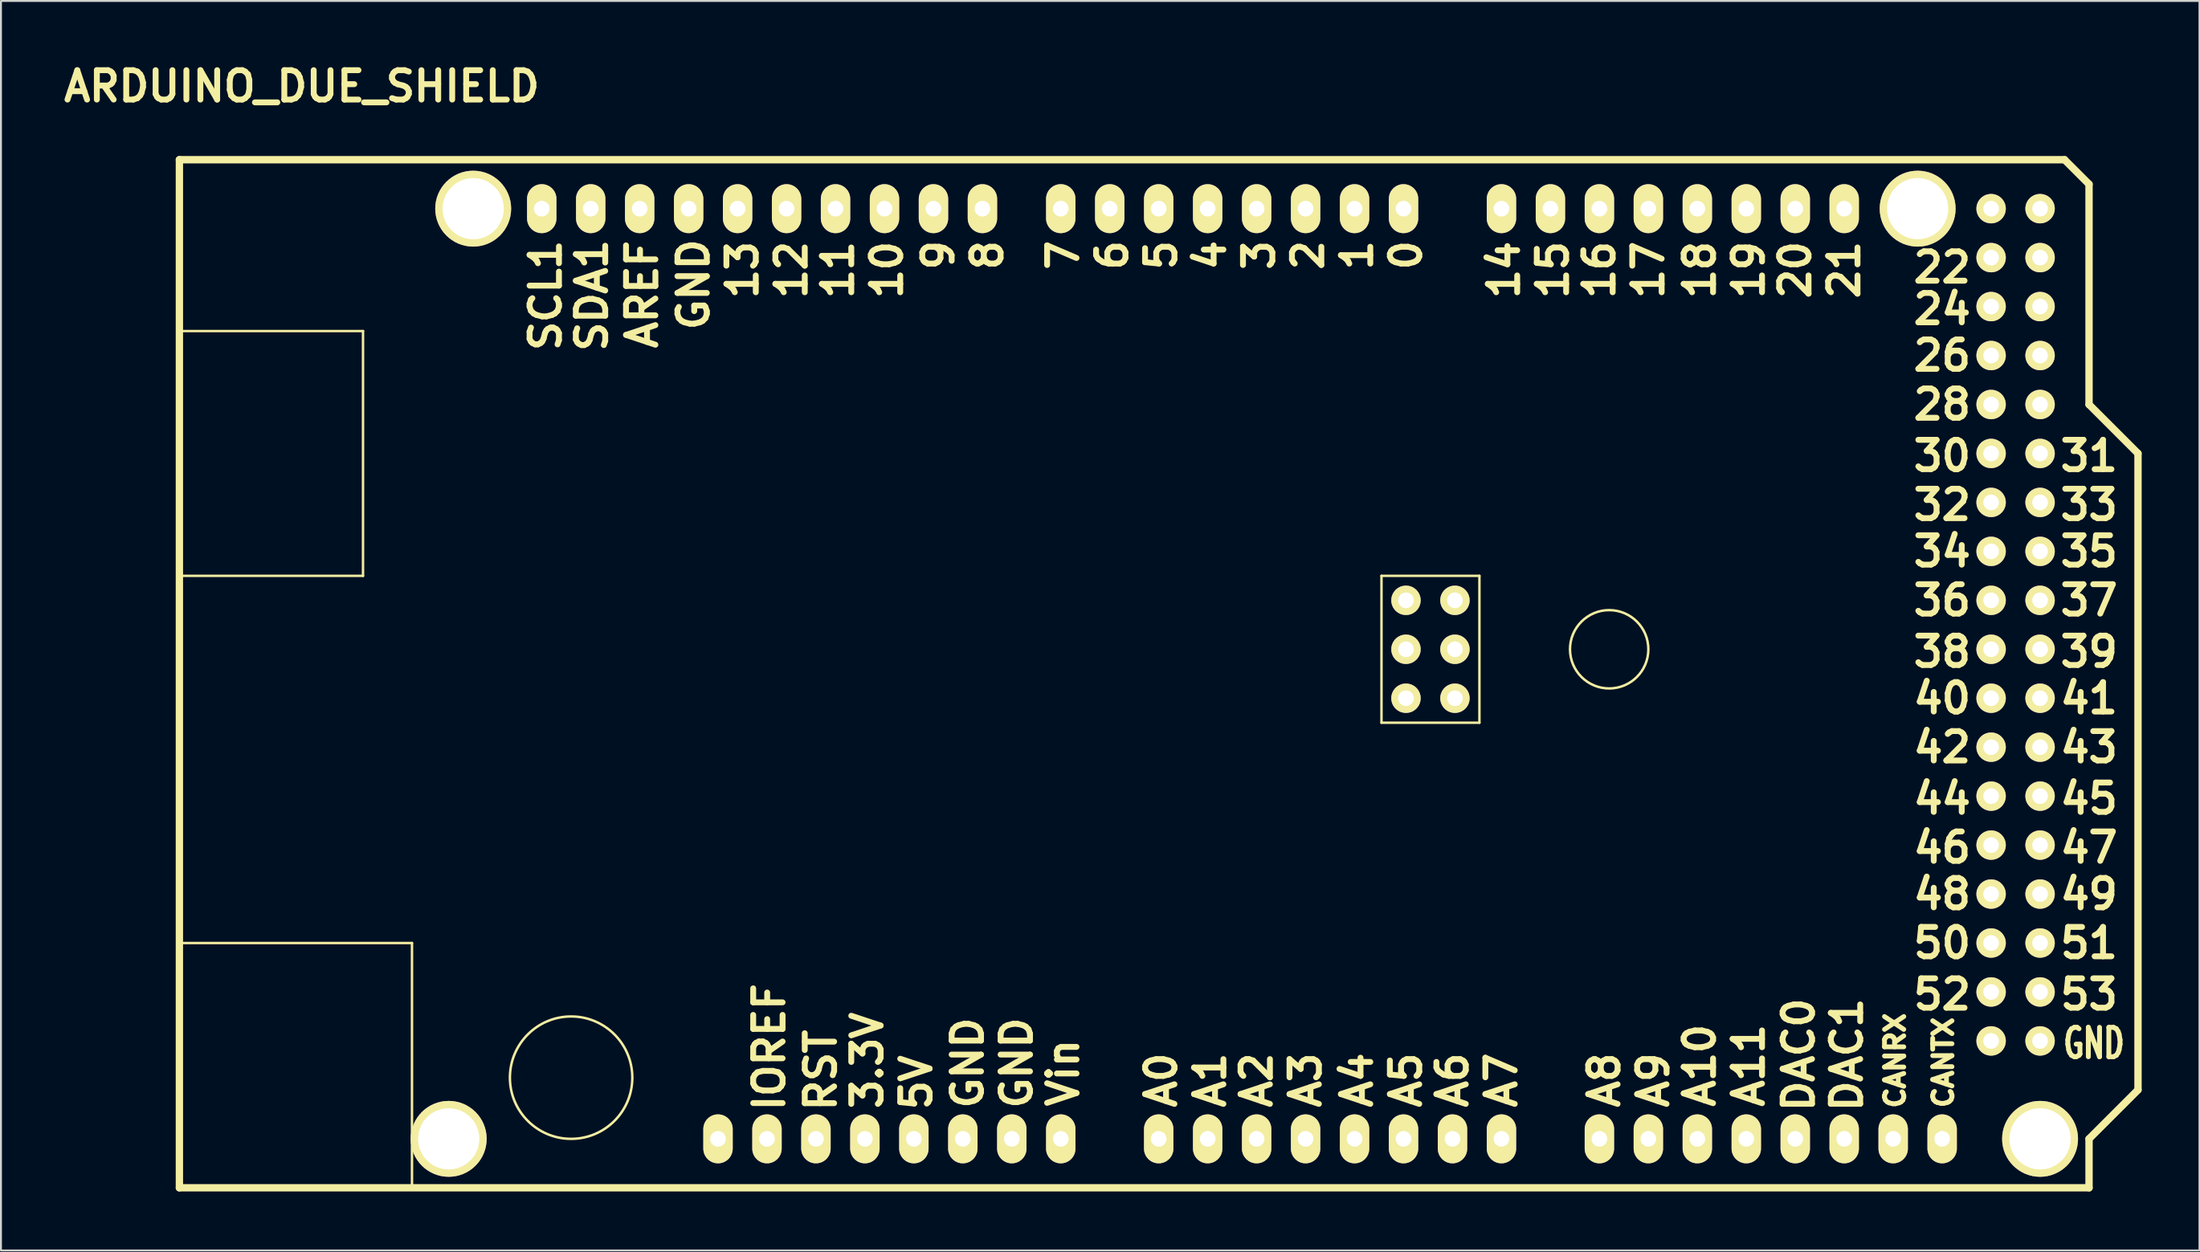
<source format=kicad_pcb>
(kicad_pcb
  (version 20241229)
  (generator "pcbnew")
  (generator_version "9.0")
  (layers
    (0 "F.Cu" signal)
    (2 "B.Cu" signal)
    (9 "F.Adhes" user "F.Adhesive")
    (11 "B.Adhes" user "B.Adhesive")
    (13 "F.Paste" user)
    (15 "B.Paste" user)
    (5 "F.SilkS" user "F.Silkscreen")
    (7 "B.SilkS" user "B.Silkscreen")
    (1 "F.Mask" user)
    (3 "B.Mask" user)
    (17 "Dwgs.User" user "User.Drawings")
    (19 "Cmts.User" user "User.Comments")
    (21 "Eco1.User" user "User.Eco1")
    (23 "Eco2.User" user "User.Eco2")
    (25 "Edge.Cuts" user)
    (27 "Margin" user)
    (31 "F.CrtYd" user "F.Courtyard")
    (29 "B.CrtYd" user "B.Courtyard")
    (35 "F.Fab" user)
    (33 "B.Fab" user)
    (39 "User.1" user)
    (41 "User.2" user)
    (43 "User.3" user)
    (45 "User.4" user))
  (footprint "ARDUINO_DUE_SHIELD"
    (layer "F.Cu")
    (at 6.256 58.576)
    (property "Reference" "ARDUINO_DUE_SHIELD" (at 6.35 -57.15 0) (layer "F.SilkS") (effects (font (size 1.524 1.524) (thickness 0.305))))
    (attr through_hole)
    (fp_line (start 0 -44.45) (end 9.525 -44.45) (stroke (width 0.127) (type solid)) (layer "F.SilkS"))
    (fp_line (start 0 -12.7) (end 12.065 -12.7) (stroke (width 0.127) (type solid)) (layer "F.SilkS"))
    (fp_line (start 0 0) (end 0 -53.34) (stroke (width 0.381) (type solid)) (layer "F.SilkS"))
    (fp_line (start 9.525 -44.45) (end 9.525 -31.75) (stroke (width 0.127) (type solid)) (layer "F.SilkS"))
    (fp_line (start 9.525 -31.75) (end 0 -31.75) (stroke (width 0.127) (type solid)) (layer "F.SilkS"))
    (fp_line (start 12.065 -12.7) (end 12.065 0) (stroke (width 0.127) (type solid)) (layer "F.SilkS"))
    (fp_line (start 62.357 -31.75) (end 62.357 -24.13) (stroke (width 0.127) (type solid)) (layer "F.SilkS"))
    (fp_line (start 62.357 -24.13) (end 67.437 -24.13) (stroke (width 0.127) (type solid)) (layer "F.SilkS"))
    (fp_line (start 67.437 -31.75) (end 62.357 -31.75) (stroke (width 0.127) (type solid)) (layer "F.SilkS"))
    (fp_line (start 67.437 -24.13) (end 67.437 -31.75) (stroke (width 0.127) (type solid)) (layer "F.SilkS"))
    (fp_line (start 97.79 -53.34) (end 0 -53.34) (stroke (width 0.381) (type solid)) (layer "F.SilkS"))
    (fp_line (start 99.06 -52.07) (end 97.79 -53.34) (stroke (width 0.381) (type solid)) (layer "F.SilkS"))
    (fp_line (start 99.06 -40.64) (end 99.06 -52.07) (stroke (width 0.381) (type solid)) (layer "F.SilkS"))
    (fp_line (start 99.06 -40.64) (end 101.6 -38.1) (stroke (width 0.381) (type solid)) (layer "F.SilkS"))
    (fp_line (start 99.06 -2.54) (end 99.06 0) (stroke (width 0.381) (type solid)) (layer "F.SilkS"))
    (fp_line (start 99.06 0) (end 0 0) (stroke (width 0.381) (type solid)) (layer "F.SilkS"))
    (fp_line (start 101.6 -38.1) (end 101.6 -5.08) (stroke (width 0.381) (type solid)) (layer "F.SilkS"))
    (fp_line (start 101.6 -5.08) (end 99.06 -2.54) (stroke (width 0.381) (type solid)) (layer "F.SilkS"))
    (fp_circle (center 20.32 -5.715) (end 23.495 -5.715) (stroke (width 0.127) (type solid)) (fill no) (layer "F.SilkS"))
    (fp_circle (center 74.168 -27.94) (end 76.2 -27.94) (stroke (width 0.127) (type solid)) (fill no) (layer "F.SilkS"))
    (fp_text user "12" (at 31.75 -47.625 90) (layer "F.SilkS") (effects (font (size 1.524 1.524) (thickness 0.305))))
    (fp_text user "DAC0" (at 84 -6.9 90) (layer "F.SilkS") (effects (font (size 1.524 1.524) (thickness 0.305))))
    (fp_text user "43" (at 99.06 -22.86 0) (layer "F.SilkS") (effects (font (size 1.524 1.524) (thickness 0.305))))
    (fp_text user "31" (at 99.06 -37.973 0) (layer "F.SilkS") (effects (font (size 1.524 1.524) (thickness 0.305))))
    (fp_text user "26" (at 91.44 -43.18 0) (layer "F.SilkS") (effects (font (size 1.524 1.524) (thickness 0.305))))
    (fp_text user "21" (at 86.36 -47.625 90) (layer "F.SilkS") (effects (font (size 1.524 1.524) (thickness 0.305))))
    (fp_text user "9" (at 39.37 -48.387 90) (layer "F.SilkS") (effects (font (size 1.524 1.524) (thickness 0.305))))
    (fp_text user "RST" (at 33.274 -6.096 90) (layer "F.SilkS") (effects (font (size 1.524 1.524) (thickness 0.305))))
    (fp_text user "41" (at 99.06 -25.4 0) (layer "F.SilkS") (effects (font (size 1.524 1.524) (thickness 0.305))))
    (fp_text user "49" (at 99.06 -15.24 0) (layer "F.SilkS") (effects (font (size 1.524 1.524) (thickness 0.305))))
    (fp_text user "24" (at 91.44 -45.593 0) (layer "F.SilkS") (effects (font (size 1.524 1.524) (thickness 0.305))))
    (fp_text user "IOREF" (at 30.6 -7.3 90) (layer "F.SilkS") (effects (font (size 1.524 1.524) (thickness 0.305))))
    (fp_text user "30" (at 91.44 -37.973 0) (layer "F.SilkS") (effects (font (size 1.524 1.524) (thickness 0.305))))
    (fp_text user "A10" (at 78.867 -6.35 90) (layer "F.SilkS") (effects (font (size 1.524 1.524) (thickness 0.305))))
    (fp_text user "Vin" (at 45.847 -5.969 90) (layer "F.SilkS") (effects (font (size 1.524 1.524) (thickness 0.305))))
    (fp_text user "1" (at 61.087 -48.387 90) (layer "F.SilkS") (effects (font (size 1.524 1.524) (thickness 0.305))))
    (fp_text user "10" (at 36.703 -47.625 90) (layer "F.SilkS") (effects (font (size 1.524 1.524) (thickness 0.305))))
    (fp_text user "50" (at 91.44 -12.7 0) (layer "F.SilkS") (effects (font (size 1.524 1.524) (thickness 0.305))))
    (fp_text user "6" (at 48.387 -48.387 90) (layer "F.SilkS") (effects (font (size 1.524 1.524) (thickness 0.305))))
    (fp_text user "48" (at 91.44 -15.24 0) (layer "F.SilkS") (effects (font (size 1.524 1.524) (thickness 0.305))))
    (fp_text user "11" (at 34.163 -47.625 90) (layer "F.SilkS") (effects (font (size 1.524 1.524) (thickness 0.305))))
    (fp_text user "46" (at 91.44 -17.653 0) (layer "F.SilkS") (effects (font (size 1.524 1.524) (thickness 0.305))))
    (fp_text user "GND" (at 99.314 -7.493 0) (layer "F.SilkS") (effects (font (size 1.524 1.016) (thickness 0.254))))
    (fp_text user "53" (at 99.06 -10.033 0) (layer "F.SilkS") (effects (font (size 1.524 1.524) (thickness 0.305))))
    (fp_text user "13" (at 29.21 -47.625 90) (layer "F.SilkS") (effects (font (size 1.524 1.524) (thickness 0.305))))
    (fp_text user "17" (at 76.2 -47.625 90) (layer "F.SilkS") (effects (font (size 1.524 1.524) (thickness 0.305))))
    (fp_text user "14" (at 68.707 -47.625 90) (layer "F.SilkS") (effects (font (size 1.524 1.524) (thickness 0.305))))
    (fp_text user "37" (at 99.06 -30.48 0) (layer "F.SilkS") (effects (font (size 1.524 1.524) (thickness 0.305))))
    (fp_text user "GND" (at 40.894 -6.477 90) (layer "F.SilkS") (effects (font (size 1.524 1.524) (thickness 0.305))))
    (fp_text user "A3" (at 58.42 -5.588 90) (layer "F.SilkS") (effects (font (size 1.524 1.524) (thickness 0.305))))
    (fp_text user "DAC1" (at 86.5 -6.9 90) (layer "F.SilkS") (effects (font (size 1.524 1.524) (thickness 0.305))))
    (fp_text user "51" (at 99.06 -12.7 0) (layer "F.SilkS") (effects (font (size 1.524 1.524) (thickness 0.305))))
    (fp_text user "A0" (at 50.927 -5.588 90) (layer "F.SilkS") (effects (font (size 1.524 1.524) (thickness 0.305))))
    (fp_text user "22" (at 91.44 -47.752 0) (layer "F.SilkS") (effects (font (size 1.524 1.524) (thickness 0.305))))
    (fp_text user "42" (at 91.44 -22.86 0) (layer "F.SilkS") (effects (font (size 1.524 1.524) (thickness 0.305))))
    (fp_text user "A1" (at 53.467 -5.588 90) (layer "F.SilkS") (effects (font (size 1.524 1.524) (thickness 0.305))))
    (fp_text user "3" (at 56.007 -48.387 90) (layer "F.SilkS") (effects (font (size 1.524 1.524) (thickness 0.305))))
    (fp_text user "35" (at 99.06 -33.02 0) (layer "F.SilkS") (effects (font (size 1.524 1.524) (thickness 0.305))))
    (fp_text user "GND" (at 26.67 -46.863 90) (layer "F.SilkS") (effects (font (size 1.524 1.524) (thickness 0.305))))
    (fp_text user "A11" (at 81.407 -6.35 90) (layer "F.SilkS") (effects (font (size 1.524 1.524) (thickness 0.305))))
    (fp_text user "44" (at 91.44 -20.193 0) (layer "F.SilkS") (effects (font (size 1.524 1.524) (thickness 0.305))))
    (fp_text user "47" (at 99.06 -17.653 0) (layer "F.SilkS") (effects (font (size 1.524 1.524) (thickness 0.305))))
    (fp_text user "28" (at 91.44 -40.64 0) (layer "F.SilkS") (effects (font (size 1.524 1.524) (thickness 0.305))))
    (fp_text user "A9" (at 76.454 -5.588 90) (layer "F.SilkS") (effects (font (size 1.524 1.524) (thickness 0.305))))
    (fp_text user "AREF" (at 24.003 -46.355 90) (layer "F.SilkS") (effects (font (size 1.524 1.524) (thickness 0.305))))
    (fp_text user "19" (at 81.407 -47.625 90) (layer "F.SilkS") (effects (font (size 1.524 1.524) (thickness 0.305))))
    (fp_text user "CANRX" (at 89 -6.6 90) (layer "F.SilkS") (effects (font (size 1 1) (thickness 0.25))))
    (fp_text user "A4" (at 61.087 -5.588 90) (layer "F.SilkS") (effects (font (size 1.524 1.524) (thickness 0.305))))
    (fp_text user "3.3V" (at 35.687 -6.604 90) (layer "F.SilkS") (effects (font (size 1.524 1.524) (thickness 0.305))))
    (fp_text user "5" (at 50.927 -48.387 90) (layer "F.SilkS") (effects (font (size 1.524 1.524) (thickness 0.305))))
    (fp_text user "34" (at 91.44 -33.02 0) (layer "F.SilkS") (effects (font (size 1.524 1.524) (thickness 0.305))))
    (fp_text user "40" (at 91.44 -25.4 0) (layer "F.SilkS") (effects (font (size 1.524 1.524) (thickness 0.305))))
    (fp_text user "36" (at 91.44 -30.48 0) (layer "F.SilkS") (effects (font (size 1.524 1.524) (thickness 0.305))))
    (fp_text user "0" (at 63.627 -48.387 90) (layer "F.SilkS") (effects (font (size 1.524 1.524) (thickness 0.305))))
    (fp_text user "A5" (at 63.627 -5.588 90) (layer "F.SilkS") (effects (font (size 1.524 1.524) (thickness 0.305))))
    (fp_text user "5V" (at 38.227 -5.461 90) (layer "F.SilkS") (effects (font (size 1.524 1.524) (thickness 0.305))))
    (fp_text user "38" (at 91.44 -27.813 0) (layer "F.SilkS") (effects (font (size 1.524 1.524) (thickness 0.305))))
    (fp_text user "32" (at 91.44 -35.433 0) (layer "F.SilkS") (effects (font (size 1.524 1.524) (thickness 0.305))))
    (fp_text user "A8" (at 73.914 -5.588 90) (layer "F.SilkS") (effects (font (size 1.524 1.524) (thickness 0.305))))
    (fp_text user "SDA1" (at 21.4 -46.3 90) (layer "F.SilkS") (effects (font (size 1.524 1.524) (thickness 0.305))))
    (fp_text user "SCL1" (at 19 -46.3 90) (layer "F.SilkS") (effects (font (size 1.524 1.524) (thickness 0.305))))
    (fp_text user "33" (at 99.06 -35.433 0) (layer "F.SilkS") (effects (font (size 1.524 1.524) (thickness 0.305))))
    (fp_text user "20" (at 83.82 -47.625 90) (layer "F.SilkS") (effects (font (size 1.524 1.524) (thickness 0.305))))
    (fp_text user "CANTX" (at 91.5 -6.5 90) (layer "F.SilkS") (effects (font (size 1 1) (thickness 0.25))))
    (fp_text user "15" (at 71.247 -47.625 90) (layer "F.SilkS") (effects (font (size 1.524 1.524) (thickness 0.305))))
    (fp_text user "18" (at 78.867 -47.625 90) (layer "F.SilkS") (effects (font (size 1.524 1.524) (thickness 0.305))))
    (fp_text user "A2" (at 55.88 -5.588 90) (layer "F.SilkS") (effects (font (size 1.524 1.524) (thickness 0.305))))
    (fp_text user "39" (at 99.06 -27.813 0) (layer "F.SilkS") (effects (font (size 1.524 1.524) (thickness 0.305))))
    (fp_text user "52" (at 91.44 -10.033 0) (layer "F.SilkS") (effects (font (size 1.524 1.524) (thickness 0.305))))
    (fp_text user "45" (at 99.06 -20.193 0) (layer "F.SilkS") (effects (font (size 1.524 1.524) (thickness 0.305))))
    (fp_text user "7" (at 45.847 -48.387 90) (layer "F.SilkS") (effects (font (size 1.524 1.524) (thickness 0.305))))
    (fp_text user "A6" (at 66.04 -5.588 90) (layer "F.SilkS") (effects (font (size 1.524 1.524) (thickness 0.305))))
    (fp_text user "GND" (at 43.434 -6.477 90) (layer "F.SilkS") (effects (font (size 1.524 1.524) (thickness 0.305))))
    (fp_text user "16" (at 73.66 -47.625 90) (layer "F.SilkS") (effects (font (size 1.524 1.524) (thickness 0.305))))
    (fp_text user "A7" (at 68.58 -5.588 90) (layer "F.SilkS") (effects (font (size 1.524 1.524) (thickness 0.305))))
    (fp_text user "4" (at 53.467 -48.387 90) (layer "F.SilkS") (effects (font (size 1.524 1.524) (thickness 0.305))))
    (fp_text user "8" (at 41.91 -48.387 90) (layer "F.SilkS") (effects (font (size 1.524 1.524) (thickness 0.305))))
    (fp_text user "2" (at 58.547 -48.387 90) (layer "F.SilkS") (effects (font (size 1.524 1.524) (thickness 0.305))))
    (pad "" thru_hole circle (at 13.97 -2.54 90) (size 3.937 3.937) (drill 3.175) (layers "*.Cu" "*.Mask" "F.SilkS"))
    (pad "" thru_hole circle (at 15.24 -50.8 90) (size 3.937 3.937) (drill 3.175) (layers "*.Cu" "*.Mask" "F.SilkS"))
    (pad "" thru_hole circle (at 90.17 -50.8 90) (size 3.937 3.937) (drill 3.175) (layers "*.Cu" "*.Mask" "F.SilkS"))
    (pad "" thru_hole circle (at 96.52 -2.54 90) (size 3.937 3.937) (drill 3.175) (layers "*.Cu" "*.Mask" "F.SilkS"))
    (pad "0" thru_hole oval (at 63.5 -50.8 90) (size 2.54 1.524) (drill 0.813) (layers "*.Cu" "*.Mask" "F.SilkS"))
    (pad "1" thru_hole oval (at 60.96 -50.8 90) (size 2.54 1.524) (drill 0.813) (layers "*.Cu" "*.Mask" "F.SilkS"))
    (pad "2" thru_hole oval (at 58.42 -50.8 90) (size 2.54 1.524) (drill 0.813) (layers "*.Cu" "*.Mask" "F.SilkS"))
    (pad "3" thru_hole oval (at 55.88 -50.8 90) (size 2.54 1.524) (drill 0.813) (layers "*.Cu" "*.Mask" "F.SilkS"))
    (pad "3V3" thru_hole oval (at 35.56 -2.54 90) (size 2.54 1.524) (drill 0.813) (layers "*.Cu" "*.Mask" "F.SilkS"))
    (pad "4" thru_hole oval (at 53.34 -50.8 90) (size 2.54 1.524) (drill 0.813) (layers "*.Cu" "*.Mask" "F.SilkS"))
    (pad "5" thru_hole oval (at 50.8 -50.8 90) (size 2.54 1.524) (drill 0.813) (layers "*.Cu" "*.Mask" "F.SilkS"))
    (pad "5V" thru_hole oval (at 38.1 -2.54 90) (size 2.54 1.524) (drill 0.813) (layers "*.Cu" "*.Mask" "F.SilkS"))
    (pad "5V_2" thru_hole circle (at 93.98 -50.8) (size 1.524 1.524) (drill 0.813) (layers "*.Cu" "*.Mask" "F.SilkS"))
    (pad "5V_3" thru_hole circle (at 96.52 -50.8) (size 1.524 1.524) (drill 0.813) (layers "*.Cu" "*.Mask" "F.SilkS"))
    (pad "5V_4" thru_hole circle (at 66.167 -30.48) (size 1.524 1.524) (drill 0.813) (layers "*.Cu" "*.Mask" "F.SilkS"))
    (pad "6" thru_hole oval (at 48.26 -50.8 90) (size 2.54 1.524) (drill 0.813) (layers "*.Cu" "*.Mask" "F.SilkS"))
    (pad "7" thru_hole oval (at 45.72 -50.8 90) (size 2.54 1.524) (drill 0.813) (layers "*.Cu" "*.Mask" "F.SilkS"))
    (pad "8" thru_hole oval (at 41.656 -50.8 90) (size 2.54 1.524) (drill 0.813) (layers "*.Cu" "*.Mask" "F.SilkS"))
    (pad "9" thru_hole oval (at 39.116 -50.8 90) (size 2.54 1.524) (drill 0.813) (layers "*.Cu" "*.Mask" "F.SilkS"))
    (pad "10" thru_hole oval (at 36.576 -50.8 90) (size 2.54 1.524) (drill 0.813) (layers "*.Cu" "*.Mask" "F.SilkS"))
    (pad "11" thru_hole oval (at 34.036 -50.8 90) (size 2.54 1.524) (drill 0.813) (layers "*.Cu" "*.Mask" "F.SilkS"))
    (pad "12" thru_hole oval (at 31.496 -50.8 90) (size 2.54 1.524) (drill 0.813) (layers "*.Cu" "*.Mask" "F.SilkS"))
    (pad "13" thru_hole oval (at 28.956 -50.8 90) (size 2.54 1.524) (drill 0.813) (layers "*.Cu" "*.Mask" "F.SilkS"))
    (pad "14" thru_hole oval (at 68.58 -50.8 90) (size 2.54 1.524) (drill 0.813) (layers "*.Cu" "*.Mask" "F.SilkS"))
    (pad "15" thru_hole oval (at 71.12 -50.8 90) (size 2.54 1.524) (drill 0.813) (layers "*.Cu" "*.Mask" "F.SilkS"))
    (pad "16" thru_hole oval (at 73.66 -50.8 90) (size 2.54 1.524) (drill 0.813) (layers "*.Cu" "*.Mask" "F.SilkS"))
    (pad "17" thru_hole oval (at 76.2 -50.8 90) (size 2.54 1.524) (drill 0.813) (layers "*.Cu" "*.Mask" "F.SilkS"))
    (pad "18" thru_hole oval (at 78.74 -50.8 90) (size 2.54 1.524) (drill 0.813) (layers "*.Cu" "*.Mask" "F.SilkS"))
    (pad "19" thru_hole oval (at 81.28 -50.8 90) (size 2.54 1.524) (drill 0.813) (layers "*.Cu" "*.Mask" "F.SilkS"))
    (pad "20" thru_hole oval (at 83.82 -50.8 90) (size 2.54 1.524) (drill 0.813) (layers "*.Cu" "*.Mask" "F.SilkS"))
    (pad "21" thru_hole oval (at 86.36 -50.8 90) (size 2.54 1.524) (drill 0.813) (layers "*.Cu" "*.Mask" "F.SilkS"))
    (pad "22" thru_hole circle (at 93.98 -48.26) (size 1.524 1.524) (drill 0.813) (layers "*.Cu" "*.Mask" "F.SilkS"))
    (pad "23" thru_hole circle (at 96.52 -48.26) (size 1.524 1.524) (drill 0.813) (layers "*.Cu" "*.Mask" "F.SilkS"))
    (pad "24" thru_hole circle (at 93.98 -45.72) (size 1.524 1.524) (drill 0.813) (layers "*.Cu" "*.Mask" "F.SilkS"))
    (pad "25" thru_hole circle (at 96.52 -45.72) (size 1.524 1.524) (drill 0.813) (layers "*.Cu" "*.Mask" "F.SilkS"))
    (pad "26" thru_hole circle (at 93.98 -43.18) (size 1.524 1.524) (drill 0.813) (layers "*.Cu" "*.Mask" "F.SilkS"))
    (pad "27" thru_hole circle (at 96.52 -43.18) (size 1.524 1.524) (drill 0.813) (layers "*.Cu" "*.Mask" "F.SilkS"))
    (pad "28" thru_hole circle (at 93.98 -40.64) (size 1.524 1.524) (drill 0.813) (layers "*.Cu" "*.Mask" "F.SilkS"))
    (pad "29" thru_hole circle (at 96.52 -40.64) (size 1.524 1.524) (drill 0.813) (layers "*.Cu" "*.Mask" "F.SilkS"))
    (pad "30" thru_hole circle (at 93.98 -38.1) (size 1.524 1.524) (drill 0.813) (layers "*.Cu" "*.Mask" "F.SilkS"))
    (pad "31" thru_hole circle (at 96.52 -38.1) (size 1.524 1.524) (drill 0.813) (layers "*.Cu" "*.Mask" "F.SilkS"))
    (pad "32" thru_hole circle (at 93.98 -35.56) (size 1.524 1.524) (drill 0.813) (layers "*.Cu" "*.Mask" "F.SilkS"))
    (pad "33" thru_hole circle (at 96.52 -35.56) (size 1.524 1.524) (drill 0.813) (layers "*.Cu" "*.Mask" "F.SilkS"))
    (pad "34" thru_hole circle (at 93.98 -33.02) (size 1.524 1.524) (drill 0.813) (layers "*.Cu" "*.Mask" "F.SilkS"))
    (pad "35" thru_hole circle (at 96.52 -33.02) (size 1.524 1.524) (drill 0.813) (layers "*.Cu" "*.Mask" "F.SilkS"))
    (pad "36" thru_hole circle (at 93.98 -30.48) (size 1.524 1.524) (drill 0.813) (layers "*.Cu" "*.Mask" "F.SilkS"))
    (pad "37" thru_hole circle (at 96.52 -30.48) (size 1.524 1.524) (drill 0.813) (layers "*.Cu" "*.Mask" "F.SilkS"))
    (pad "38" thru_hole circle (at 93.98 -27.94) (size 1.524 1.524) (drill 0.813) (layers "*.Cu" "*.Mask" "F.SilkS"))
    (pad "39" thru_hole circle (at 96.52 -27.94) (size 1.524 1.524) (drill 0.813) (layers "*.Cu" "*.Mask" "F.SilkS"))
    (pad "40" thru_hole circle (at 93.98 -25.4) (size 1.524 1.524) (drill 0.813) (layers "*.Cu" "*.Mask" "F.SilkS"))
    (pad "41" thru_hole circle (at 96.52 -25.4) (size 1.524 1.524) (drill 0.813) (layers "*.Cu" "*.Mask" "F.SilkS"))
    (pad "42" thru_hole circle (at 93.98 -22.86) (size 1.524 1.524) (drill 0.813) (layers "*.Cu" "*.Mask" "F.SilkS"))
    (pad "43" thru_hole circle (at 96.52 -22.86) (size 1.524 1.524) (drill 0.813) (layers "*.Cu" "*.Mask" "F.SilkS"))
    (pad "44" thru_hole circle (at 93.98 -20.32) (size 1.524 1.524) (drill 0.813) (layers "*.Cu" "*.Mask" "F.SilkS"))
    (pad "45" thru_hole circle (at 96.52 -20.32) (size 1.524 1.524) (drill 0.813) (layers "*.Cu" "*.Mask" "F.SilkS"))
    (pad "46" thru_hole circle (at 93.98 -17.78) (size 1.524 1.524) (drill 0.813) (layers "*.Cu" "*.Mask" "F.SilkS"))
    (pad "47" thru_hole circle (at 96.52 -17.78) (size 1.524 1.524) (drill 0.813) (layers "*.Cu" "*.Mask" "F.SilkS"))
    (pad "48" thru_hole circle (at 93.98 -15.24) (size 1.524 1.524) (drill 0.813) (layers "*.Cu" "*.Mask" "F.SilkS"))
    (pad "49" thru_hole circle (at 96.52 -15.24) (size 1.524 1.524) (drill 0.813) (layers "*.Cu" "*.Mask" "F.SilkS"))
    (pad "50" thru_hole circle (at 93.98 -12.7) (size 1.524 1.524) (drill 0.813) (layers "*.Cu" "*.Mask" "F.SilkS"))
    (pad "51" thru_hole circle (at 96.52 -12.7) (size 1.524 1.524) (drill 0.813) (layers "*.Cu" "*.Mask" "F.SilkS"))
    (pad "52" thru_hole circle (at 93.98 -10.16) (size 1.524 1.524) (drill 0.813) (layers "*.Cu" "*.Mask" "F.SilkS"))
    (pad "53" thru_hole circle (at 96.52 -10.16) (size 1.524 1.524) (drill 0.813) (layers "*.Cu" "*.Mask" "F.SilkS"))
    (pad "AD0" thru_hole oval (at 50.8 -2.54 90) (size 2.54 1.524) (drill 0.813) (layers "*.Cu" "*.Mask" "F.SilkS"))
    (pad "AD1" thru_hole oval (at 53.34 -2.54 90) (size 2.54 1.524) (drill 0.813) (layers "*.Cu" "*.Mask" "F.SilkS"))
    (pad "AD2" thru_hole oval (at 55.88 -2.54 90) (size 2.54 1.524) (drill 0.813) (layers "*.Cu" "*.Mask" "F.SilkS"))
    (pad "AD3" thru_hole oval (at 58.42 -2.54 90) (size 2.54 1.524) (drill 0.813) (layers "*.Cu" "*.Mask" "F.SilkS"))
    (pad "AD4" thru_hole oval (at 60.96 -2.54 90) (size 2.54 1.524) (drill 0.813) (layers "*.Cu" "*.Mask" "F.SilkS"))
    (pad "AD5" thru_hole oval (at 63.5 -2.54 90) (size 2.54 1.524) (drill 0.813) (layers "*.Cu" "*.Mask" "F.SilkS"))
    (pad "AD6" thru_hole oval (at 66.04 -2.54 90) (size 2.54 1.524) (drill 0.813) (layers "*.Cu" "*.Mask" "F.SilkS"))
    (pad "AD7" thru_hole oval (at 68.58 -2.54 90) (size 2.54 1.524) (drill 0.813) (layers "*.Cu" "*.Mask" "F.SilkS"))
    (pad "AD8" thru_hole oval (at 73.66 -2.54 90) (size 2.54 1.524) (drill 0.813) (layers "*.Cu" "*.Mask" "F.SilkS"))
    (pad "AD9" thru_hole oval (at 76.2 -2.54 90) (size 2.54 1.524) (drill 0.813) (layers "*.Cu" "*.Mask" "F.SilkS"))
    (pad "AD10" thru_hole oval (at 78.74 -2.54 90) (size 2.54 1.524) (drill 0.813) (layers "*.Cu" "*.Mask" "F.SilkS"))
    (pad "AD11" thru_hole oval (at 81.28 -2.54 90) (size 2.54 1.524) (drill 0.813) (layers "*.Cu" "*.Mask" "F.SilkS"))
    (pad "AREF" thru_hole oval (at 23.876 -50.8 90) (size 2.54 1.524) (drill 0.813) (layers "*.Cu" "*.Mask" "F.SilkS"))
    (pad "CANR" thru_hole oval (at 88.9 -2.54 90) (size 2.54 1.524) (drill 0.813) (layers "*.Cu" "*.Mask" "F.SilkS"))
    (pad "CANT" thru_hole oval (at 91.44 -2.54 90) (size 2.54 1.524) (drill 0.813) (layers "*.Cu" "*.Mask" "F.SilkS"))
    (pad "DAC0" thru_hole oval (at 83.82 -2.54 90) (size 2.54 1.524) (drill 0.813) (layers "*.Cu" "*.Mask" "F.SilkS"))
    (pad "DAC1" thru_hole oval (at 86.36 -2.54 90) (size 2.54 1.524) (drill 0.813) (layers "*.Cu" "*.Mask" "F.SilkS"))
    (pad "GND1" thru_hole oval (at 40.64 -2.54 90) (size 2.54 1.524) (drill 0.813) (layers "*.Cu" "*.Mask" "F.SilkS"))
    (pad "GND2" thru_hole oval (at 43.18 -2.54 90) (size 2.54 1.524) (drill 0.813) (layers "*.Cu" "*.Mask" "F.SilkS"))
    (pad "GND3" thru_hole oval (at 26.416 -50.8 90) (size 2.54 1.524) (drill 0.813) (layers "*.Cu" "*.Mask" "F.SilkS"))
    (pad "GND4" thru_hole circle (at 93.98 -7.62) (size 1.524 1.524) (drill 0.813) (layers "*.Cu" "*.Mask" "F.SilkS"))
    (pad "GND5" thru_hole circle (at 96.52 -7.62) (size 1.524 1.524) (drill 0.813) (layers "*.Cu" "*.Mask" "F.SilkS"))
    (pad "GND6" thru_hole circle (at 66.167 -25.4) (size 1.524 1.524) (drill 0.813) (layers "*.Cu" "*.Mask" "F.SilkS"))
    (pad "IORE" thru_hole oval (at 30.48 -2.54 90) (size 2.54 1.524) (drill 0.813) (layers "*.Cu" "*.Mask" "F.SilkS"))
    (pad "MISO" thru_hole circle (at 63.627 -30.48) (size 1.524 1.524) (drill 0.813) (layers "*.Cu" "*.Mask" "F.SilkS"))
    (pad "MOSI" thru_hole circle (at 66.167 -27.94) (size 1.524 1.524) (drill 0.813) (layers "*.Cu" "*.Mask" "F.SilkS"))
    (pad "RESE" thru_hole oval (at 27.94 -2.54 90) (size 2.54 1.524) (drill 0.813) (layers "*.Cu" "*.Mask" "F.SilkS"))
    (pad "RST1" thru_hole oval (at 33.02 -2.54 90) (size 2.54 1.524) (drill 0.813) (layers "*.Cu" "*.Mask" "F.SilkS"))
    (pad "RST2" thru_hole circle (at 63.627 -25.4) (size 1.524 1.524) (drill 0.813) (layers "*.Cu" "*.Mask" "F.SilkS"))
    (pad "SCK" thru_hole circle (at 63.627 -27.94) (size 1.524 1.524) (drill 0.813) (layers "*.Cu" "*.Mask" "F.SilkS"))
    (pad "SCL1" thru_hole oval (at 18.796 -50.8 90) (size 2.54 1.524) (drill 0.813) (layers "*.Cu" "*.Mask" "F.SilkS"))
    (pad "SDA1" thru_hole oval (at 21.336 -50.8 90) (size 2.54 1.524) (drill 0.813) (layers "*.Cu" "*.Mask" "F.SilkS"))
    (pad "V_IN" thru_hole oval (at 45.72 -2.54 90) (size 2.54 1.524) (drill 0.813) (layers "*.Cu" "*.Mask" "F.SilkS")))
  (gr_rect
    (start -3 -3)
    (end 111.046 61.826)
    (stroke (width 0.1) (type default))
    (fill no)
    (layer "Edge.Cuts")))
</source>
